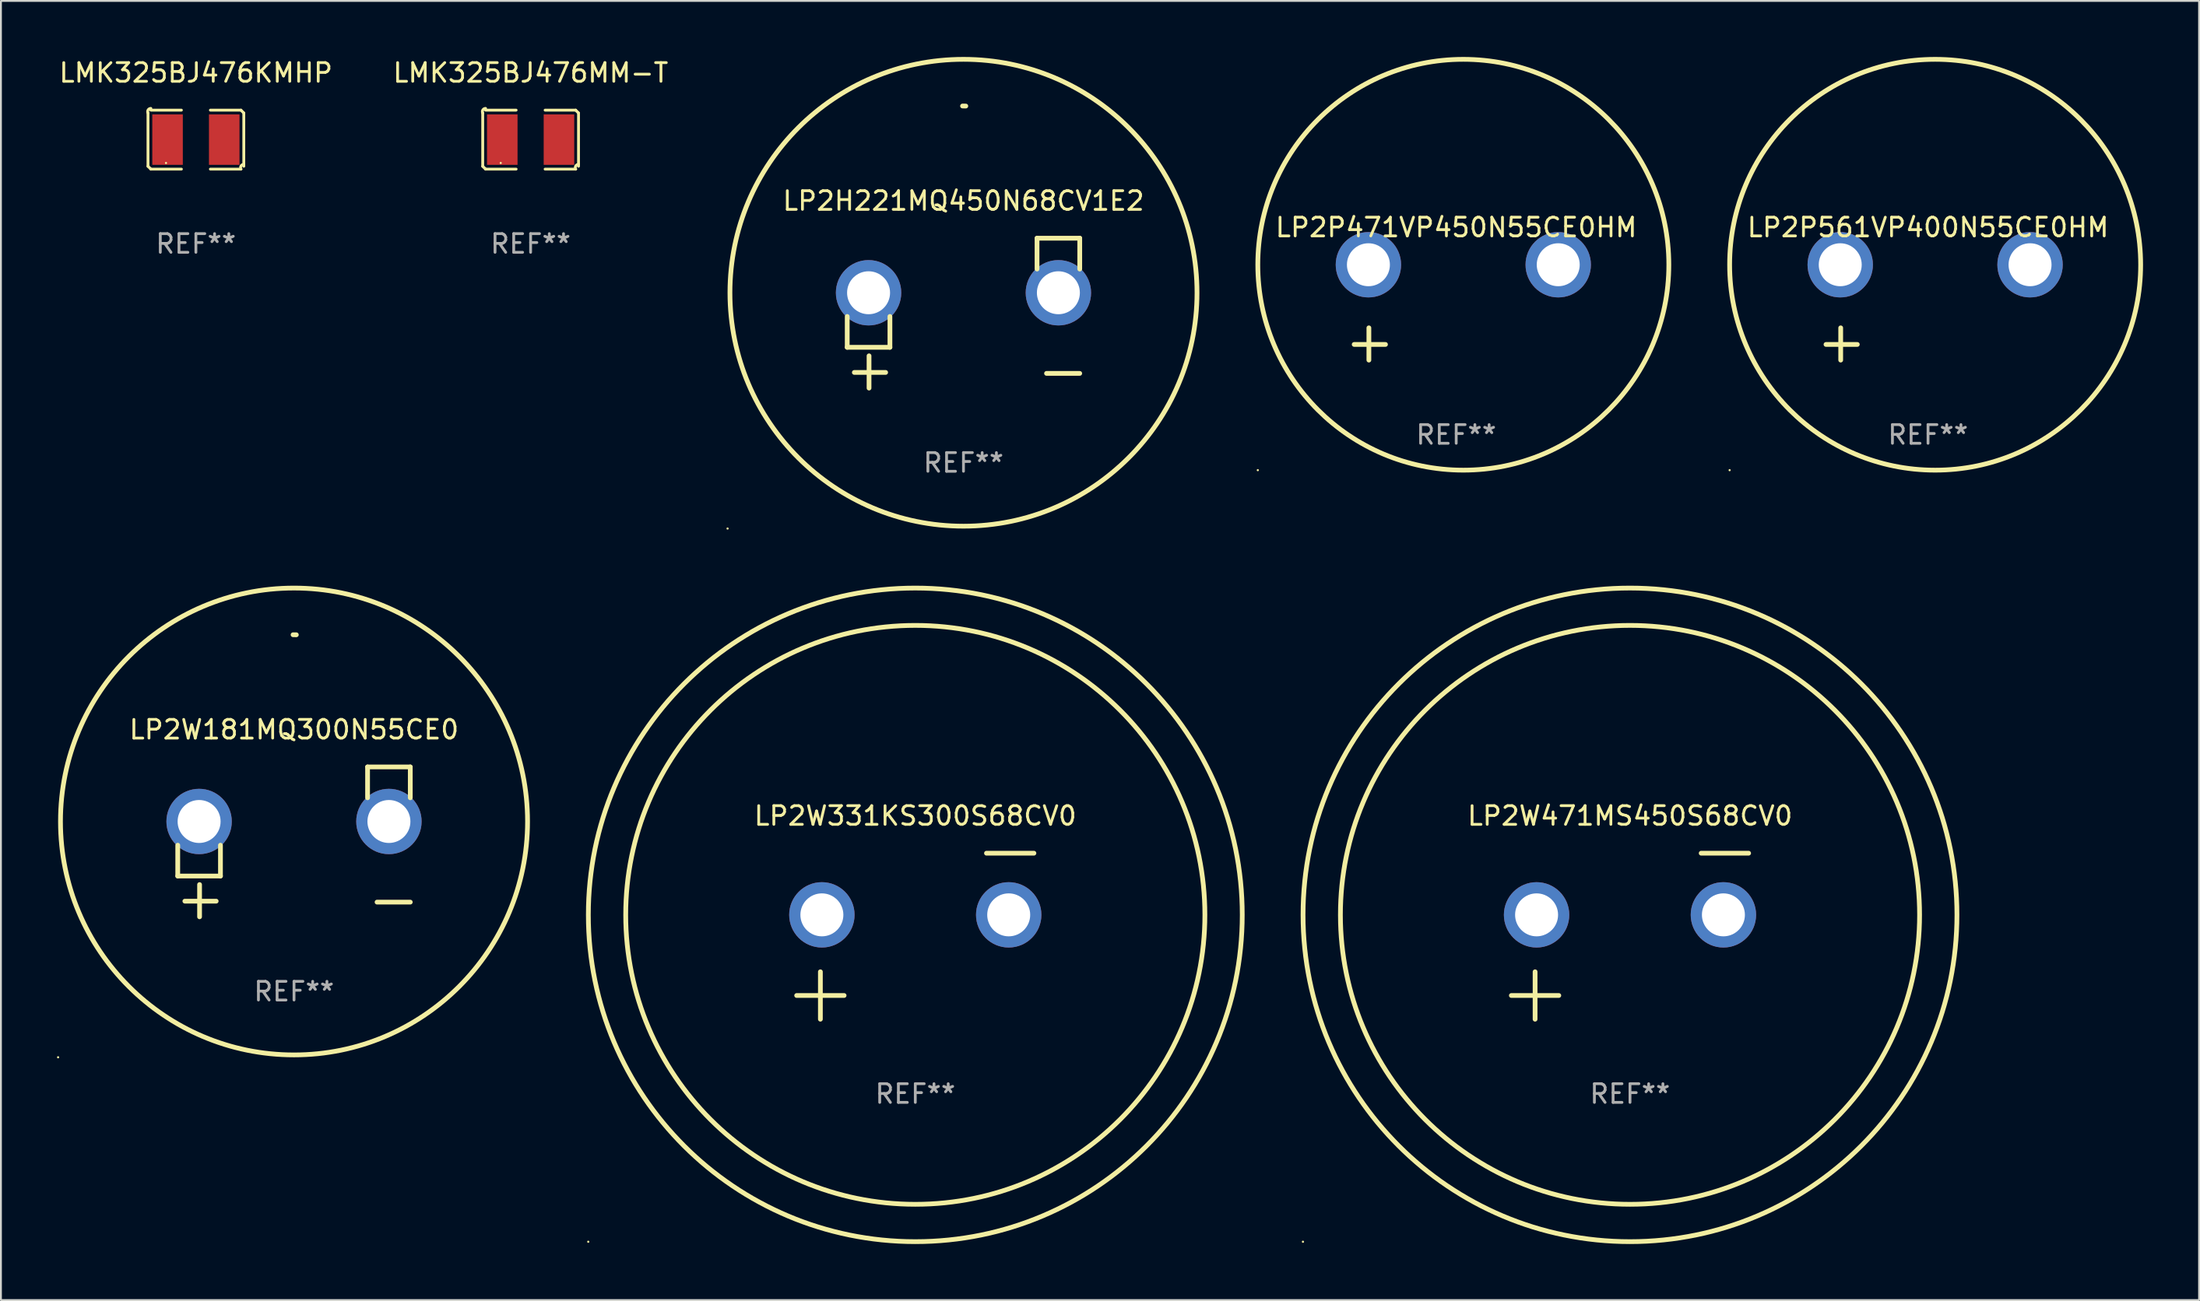
<source format=kicad_pcb>
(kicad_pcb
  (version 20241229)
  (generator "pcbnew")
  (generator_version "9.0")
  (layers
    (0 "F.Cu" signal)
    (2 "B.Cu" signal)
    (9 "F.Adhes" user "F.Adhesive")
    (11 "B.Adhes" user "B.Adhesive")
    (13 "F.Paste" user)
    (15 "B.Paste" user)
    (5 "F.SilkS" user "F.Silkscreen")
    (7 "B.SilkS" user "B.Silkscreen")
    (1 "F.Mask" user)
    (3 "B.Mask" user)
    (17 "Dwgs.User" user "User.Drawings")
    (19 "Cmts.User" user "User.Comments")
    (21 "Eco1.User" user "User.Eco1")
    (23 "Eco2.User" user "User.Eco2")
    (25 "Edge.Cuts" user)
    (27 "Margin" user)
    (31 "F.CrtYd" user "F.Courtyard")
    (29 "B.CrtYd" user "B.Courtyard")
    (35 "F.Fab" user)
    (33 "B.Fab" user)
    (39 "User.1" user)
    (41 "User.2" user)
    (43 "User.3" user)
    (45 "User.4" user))
  (footprint "LP2W471MS450S68CV0"
    (layer "F.Cu")
    (at 84.195 47.084)
    (property "Reference" "LP2W471MS450S68CV0" (at 0 -6.445 0) (layer "F.SilkS") (effects (font (size 1 1) (thickness 0.15))))
    (attr through_hole)
    (fp_line (start -6.35 3.175) (end -3.81 3.175) (stroke (width 0.254) (type solid)) (layer "F.SilkS"))
    (fp_line (start -5.08 1.905) (end -5.08 4.445) (stroke (width 0.254) (type solid)) (layer "F.SilkS"))
    (fp_line (start 3.81 -4.445) (end 6.35 -4.445) (stroke (width 0.254) (type solid)) (layer "F.SilkS"))
    (fp_circle (center -17.505 16.362) (end -17.475 16.362) (stroke (width 0.06) (type solid)) (fill no) (layer "F.SilkS"))
    (fp_circle (center 0 -1.143) (end 15.5 -1.143) (stroke (width 0.254) (type solid)) (fill no) (layer "F.SilkS"))
    (fp_circle (center 0 -1.143) (end 17.5 -1.143) (stroke (width 0.254) (type solid)) (fill no) (layer "F.SilkS"))
    (fp_text user "REF**" (at 0 8.445 0) (layer "F.Fab") (effects (font (size 1 1) (thickness 0.15))))
    (pad "1" thru_hole circle (at -5 -1.143) (size 3.5 3.5) (drill 2.3) (layers "*.Cu" "*.Mask"))
    (pad "2" thru_hole circle (at 5 -1.143) (size 3.5 3.5) (drill 2.3) (layers "*.Cu" "*.Mask")))
  (footprint "LP2P471VP450N55CE0HM"
    (layer "F.Cu")
    (at 74.893 13.68)
    (property "Reference" "LP2P471VP450N55CE0HM" (at 0 -4.553 0) (layer "F.SilkS") (effects (font (size 1 1) (thickness 0.15))))
    (attr through_hole)
    (fp_line (start -4.674 2.553) (end -4.674 0.826) (stroke (width 0.254) (type solid)) (layer "F.SilkS"))
    (fp_line (start -3.785 1.715) (end -5.461 1.715) (stroke (width 0.254) (type solid)) (layer "F.SilkS"))
    (fp_circle (center -10.619 8.447) (end -10.589 8.447) (stroke (width 0.06) (type solid)) (fill no) (layer "F.SilkS"))
    (fp_circle (center 0.381 -2.553) (end 11.381 -2.553) (stroke (width 0.254) (type solid)) (fill no) (layer "F.SilkS"))
    (fp_text user "REF**" (at 0 6.553 0) (layer "F.Fab") (effects (font (size 1 1) (thickness 0.15))))
    (pad "1" thru_hole circle (at -4.699 -2.553) (size 3.5 3.5) (drill 2.3) (layers "*.Cu" "*.Mask"))
    (pad "2" thru_hole circle (at 5.461 -2.553) (size 3.5 3.5) (drill 2.3) (layers "*.Cu" "*.Mask")))
  (footprint "LMK325BJ476KMHP"
    (layer "F.Cu")
    (at 7.435 4.427)
    (property "Reference" "LMK325BJ476KMHP" (at 0 -3.579 0) (layer "F.SilkS") (effects (font (size 1 1) (thickness 0.15))))
    (attr through_hole)
    (fp_line (start -2.564 1.426) (end -2.564 -1.426) (stroke (width 0.152) (type solid)) (layer "F.SilkS"))
    (fp_line (start -2.411 -1.579) (end -0.776 -1.579) (stroke (width 0.152) (type solid)) (layer "F.SilkS"))
    (fp_line (start -0.776 1.579) (end -2.411 1.579) (stroke (width 0.152) (type solid)) (layer "F.SilkS"))
    (fp_line (start 0.776 1.579) (end 2.411 1.579) (stroke (width 0.152) (type solid)) (layer "F.SilkS"))
    (fp_line (start 2.411 -1.579) (end 0.776 -1.579) (stroke (width 0.152) (type solid)) (layer "F.SilkS"))
    (fp_line (start 2.564 1.426) (end 2.564 -1.426) (stroke (width 0.152) (type solid)) (layer "F.SilkS"))
    (fp_arc (start -2.563602 -1.426213) (mid -2.555597 -1.591233) (end -2.411201 -1.671518) (stroke (width 0.1524) (type solid)) (layer "F.SilkS"))
    (fp_arc (start -2.5636 1.426214) (mid -2.487389 1.502402) (end -2.411201 1.578613) (stroke (width 0.1524) (type solid)) (layer "F.SilkS"))
    (fp_arc (start 2.411197 -1.578618) (mid 2.487403 -1.502419) (end 2.563602 -1.426213) (stroke (width 0.1524) (type solid)) (layer "F.SilkS"))
    (fp_arc (start 2.411201 1.578613) (mid 2.416214 1.409455) (end 2.563602 1.32629) (stroke (width 0.1524) (type solid)) (layer "F.SilkS"))
    (fp_circle (center -1.6 1.25) (end -1.57 1.25) (stroke (width 0.06) (type solid)) (fill no) (layer "F.SilkS"))
    (fp_text user "REF**" (at 0 5.579 0) (layer "F.Fab") (effects (font (size 1 1) (thickness 0.15))))
    (pad "1" smd rect (at -1.517 0) (size 1.635 2.7) (layers "F.Cu" "F.Mask" "F.Paste"))
    (pad "2" smd rect (at 1.517 0) (size 1.635 2.7) (layers "F.Cu" "F.Mask" "F.Paste")))
  (footprint "LP2W331KS300S68CV0"
    (layer "F.Cu")
    (at 45.941 47.084)
    (property "Reference" "LP2W331KS300S68CV0" (at 0 -6.445 0) (layer "F.SilkS") (effects (font (size 1 1) (thickness 0.15))))
    (attr through_hole)
    (fp_line (start -6.35 3.175) (end -3.81 3.175) (stroke (width 0.254) (type solid)) (layer "F.SilkS"))
    (fp_line (start -5.08 1.905) (end -5.08 4.445) (stroke (width 0.254) (type solid)) (layer "F.SilkS"))
    (fp_line (start 3.81 -4.445) (end 6.35 -4.445) (stroke (width 0.254) (type solid)) (layer "F.SilkS"))
    (fp_circle (center -17.505 16.362) (end -17.475 16.362) (stroke (width 0.06) (type solid)) (fill no) (layer "F.SilkS"))
    (fp_circle (center 0 -1.143) (end 15.5 -1.143) (stroke (width 0.254) (type solid)) (fill no) (layer "F.SilkS"))
    (fp_circle (center 0 -1.143) (end 17.5 -1.143) (stroke (width 0.254) (type solid)) (fill no) (layer "F.SilkS"))
    (fp_text user "REF**" (at 0 8.445 0) (layer "F.Fab") (effects (font (size 1 1) (thickness 0.15))))
    (pad "1" thru_hole circle (at -5 -1.143) (size 3.5 3.5) (drill 2.3) (layers "*.Cu" "*.Mask"))
    (pad "2" thru_hole circle (at 5 -1.143) (size 3.5 3.5) (drill 2.3) (layers "*.Cu" "*.Mask")))
  (footprint "LP2H221MQ450N68CV1E2"
    (layer "F.Cu")
    (at 48.52 13.719)
    (property "Reference" "LP2H221MQ450N68CV1E2" (at 0 -6.013 0) (layer "F.SilkS") (effects (font (size 1 1) (thickness 0.15))))
    (attr through_hole)
    (fp_line (start -6.223 0.178) (end -6.223 1.829) (stroke (width 0.254) (type solid)) (layer "F.SilkS"))
    (fp_line (start -6.223 1.829) (end -3.937 1.829) (stroke (width 0.254) (type solid)) (layer "F.SilkS"))
    (fp_line (start -5.055 4.013) (end -5.055 2.286) (stroke (width 0.254) (type solid)) (layer "F.SilkS"))
    (fp_line (start -4.166 3.175) (end -5.842 3.175) (stroke (width 0.254) (type solid)) (layer "F.SilkS"))
    (fp_line (start -3.937 1.829) (end -3.937 0.178) (stroke (width 0.254) (type solid)) (layer "F.SilkS"))
    (fp_line (start 3.937 -4.013) (end 3.937 -2.362) (stroke (width 0.254) (type solid)) (layer "F.SilkS"))
    (fp_line (start 6.223 -4.013) (end 3.937 -4.013) (stroke (width 0.254) (type solid)) (layer "F.SilkS"))
    (fp_line (start 6.223 -2.362) (end 6.223 -4.013) (stroke (width 0.254) (type solid)) (layer "F.SilkS"))
    (fp_line (start 6.223 3.226) (end 4.445 3.226) (stroke (width 0.254) (type solid)) (layer "F.SilkS"))
    (fp_arc (start -0.0508 -11.092202) (mid 0.036835 -11.091307) (end 0.12446 -11.089662) (stroke (width 0.254001) (type solid)) (layer "F.SilkS"))
    (fp_circle (center -12.627 11.535) (end -12.597 11.535) (stroke (width 0.06) (type solid)) (fill no) (layer "F.SilkS"))
    (fp_circle (center 0 -1.092) (end 12.5 -1.092) (stroke (width 0.254) (type solid)) (fill no) (layer "F.SilkS"))
    (fp_text user "REF**" (at 0 8.013 0) (layer "F.Fab") (effects (font (size 1 1) (thickness 0.15))))
    (pad "1" thru_hole circle (at -5.08 -1.092) (size 3.5 3.5) (drill 2.3) (layers "*.Cu" "*.Mask"))
    (pad "2" thru_hole circle (at 5.08 -1.092) (size 3.5 3.5) (drill 2.3) (layers "*.Cu" "*.Mask")))
  (footprint "LP2W181MQ300N55CE0"
    (layer "F.Cu")
    (at 12.687 42.033)
    (property "Reference" "LP2W181MQ300N55CE0" (at 0 -6.013 0) (layer "F.SilkS") (effects (font (size 1 1) (thickness 0.15))))
    (attr through_hole)
    (fp_line (start -6.223 0.178) (end -6.223 1.829) (stroke (width 0.254) (type solid)) (layer "F.SilkS"))
    (fp_line (start -6.223 1.829) (end -3.937 1.829) (stroke (width 0.254) (type solid)) (layer "F.SilkS"))
    (fp_line (start -5.055 4.013) (end -5.055 2.286) (stroke (width 0.254) (type solid)) (layer "F.SilkS"))
    (fp_line (start -4.166 3.175) (end -5.842 3.175) (stroke (width 0.254) (type solid)) (layer "F.SilkS"))
    (fp_line (start -3.937 1.829) (end -3.937 0.178) (stroke (width 0.254) (type solid)) (layer "F.SilkS"))
    (fp_line (start 3.937 -4.013) (end 3.937 -2.362) (stroke (width 0.254) (type solid)) (layer "F.SilkS"))
    (fp_line (start 6.223 -4.013) (end 3.937 -4.013) (stroke (width 0.254) (type solid)) (layer "F.SilkS"))
    (fp_line (start 6.223 -2.362) (end 6.223 -4.013) (stroke (width 0.254) (type solid)) (layer "F.SilkS"))
    (fp_line (start 6.223 3.226) (end 4.445 3.226) (stroke (width 0.254) (type solid)) (layer "F.SilkS"))
    (fp_arc (start -0.0508 -11.092202) (mid 0.036835 -11.091307) (end 0.12446 -11.089662) (stroke (width 0.254001) (type solid)) (layer "F.SilkS"))
    (fp_circle (center -12.627 11.535) (end -12.597 11.535) (stroke (width 0.06) (type solid)) (fill no) (layer "F.SilkS"))
    (fp_circle (center 0 -1.092) (end 12.5 -1.092) (stroke (width 0.254) (type solid)) (fill no) (layer "F.SilkS"))
    (fp_text user "REF**" (at 0 8.013 0) (layer "F.Fab") (effects (font (size 1 1) (thickness 0.15))))
    (pad "1" thru_hole circle (at -5.08 -1.092) (size 3.5 3.5) (drill 2.3) (layers "*.Cu" "*.Mask"))
    (pad "2" thru_hole circle (at 5.08 -1.092) (size 3.5 3.5) (drill 2.3) (layers "*.Cu" "*.Mask")))
  (footprint "LMK325BJ476MM-T"
    (layer "F.Cu")
    (at 25.351 4.427)
    (property "Reference" "LMK325BJ476MM-T" (at 0 -3.579 0) (layer "F.SilkS") (effects (font (size 1 1) (thickness 0.15))))
    (attr through_hole)
    (fp_line (start -2.564 1.426) (end -2.564 -1.426) (stroke (width 0.152) (type solid)) (layer "F.SilkS"))
    (fp_line (start -2.411 -1.579) (end -0.776 -1.579) (stroke (width 0.152) (type solid)) (layer "F.SilkS"))
    (fp_line (start -0.776 1.579) (end -2.411 1.579) (stroke (width 0.152) (type solid)) (layer "F.SilkS"))
    (fp_line (start 0.776 1.579) (end 2.411 1.579) (stroke (width 0.152) (type solid)) (layer "F.SilkS"))
    (fp_line (start 2.411 -1.579) (end 0.776 -1.579) (stroke (width 0.152) (type solid)) (layer "F.SilkS"))
    (fp_line (start 2.564 1.426) (end 2.564 -1.426) (stroke (width 0.152) (type solid)) (layer "F.SilkS"))
    (fp_arc (start -2.563602 -1.426213) (mid -2.555597 -1.591233) (end -2.411201 -1.671518) (stroke (width 0.1524) (type solid)) (layer "F.SilkS"))
    (fp_arc (start -2.5636 1.426214) (mid -2.487389 1.502402) (end -2.411201 1.578613) (stroke (width 0.1524) (type solid)) (layer "F.SilkS"))
    (fp_arc (start 2.411197 -1.578618) (mid 2.487403 -1.502419) (end 2.563602 -1.426213) (stroke (width 0.1524) (type solid)) (layer "F.SilkS"))
    (fp_arc (start 2.411201 1.578613) (mid 2.416214 1.409455) (end 2.563602 1.32629) (stroke (width 0.1524) (type solid)) (layer "F.SilkS"))
    (fp_circle (center -1.6 1.25) (end -1.57 1.25) (stroke (width 0.06) (type solid)) (fill no) (layer "F.SilkS"))
    (fp_text user "REF**" (at 0 5.579 0) (layer "F.Fab") (effects (font (size 1 1) (thickness 0.15))))
    (pad "1" smd rect (at -1.517 0) (size 1.635 2.7) (layers "F.Cu" "F.Mask" "F.Paste"))
    (pad "2" smd rect (at 1.517 0) (size 1.635 2.7) (layers "F.Cu" "F.Mask" "F.Paste")))
  (footprint "LP2P561VP400N55CE0HM"
    (layer "F.Cu")
    (at 100.147 13.68)
    (property "Reference" "LP2P561VP400N55CE0HM" (at 0 -4.553 0) (layer "F.SilkS") (effects (font (size 1 1) (thickness 0.15))))
    (attr through_hole)
    (fp_line (start -4.674 2.553) (end -4.674 0.826) (stroke (width 0.254) (type solid)) (layer "F.SilkS"))
    (fp_line (start -3.785 1.715) (end -5.461 1.715) (stroke (width 0.254) (type solid)) (layer "F.SilkS"))
    (fp_circle (center -10.619 8.447) (end -10.589 8.447) (stroke (width 0.06) (type solid)) (fill no) (layer "F.SilkS"))
    (fp_circle (center 0.381 -2.553) (end 11.381 -2.553) (stroke (width 0.254) (type solid)) (fill no) (layer "F.SilkS"))
    (fp_text user "REF**" (at 0 6.553 0) (layer "F.Fab") (effects (font (size 1 1) (thickness 0.15))))
    (pad "1" thru_hole circle (at -4.699 -2.553) (size 3.5 3.5) (drill 2.3) (layers "*.Cu" "*.Mask"))
    (pad "2" thru_hole circle (at 5.461 -2.553) (size 3.5 3.5) (drill 2.3) (layers "*.Cu" "*.Mask")))
  (gr_rect
    (start -3 -3)
    (end 114.655 66.568)
    (stroke (width 0.1) (type default))
    (fill no)
    (layer "Edge.Cuts")))
</source>
